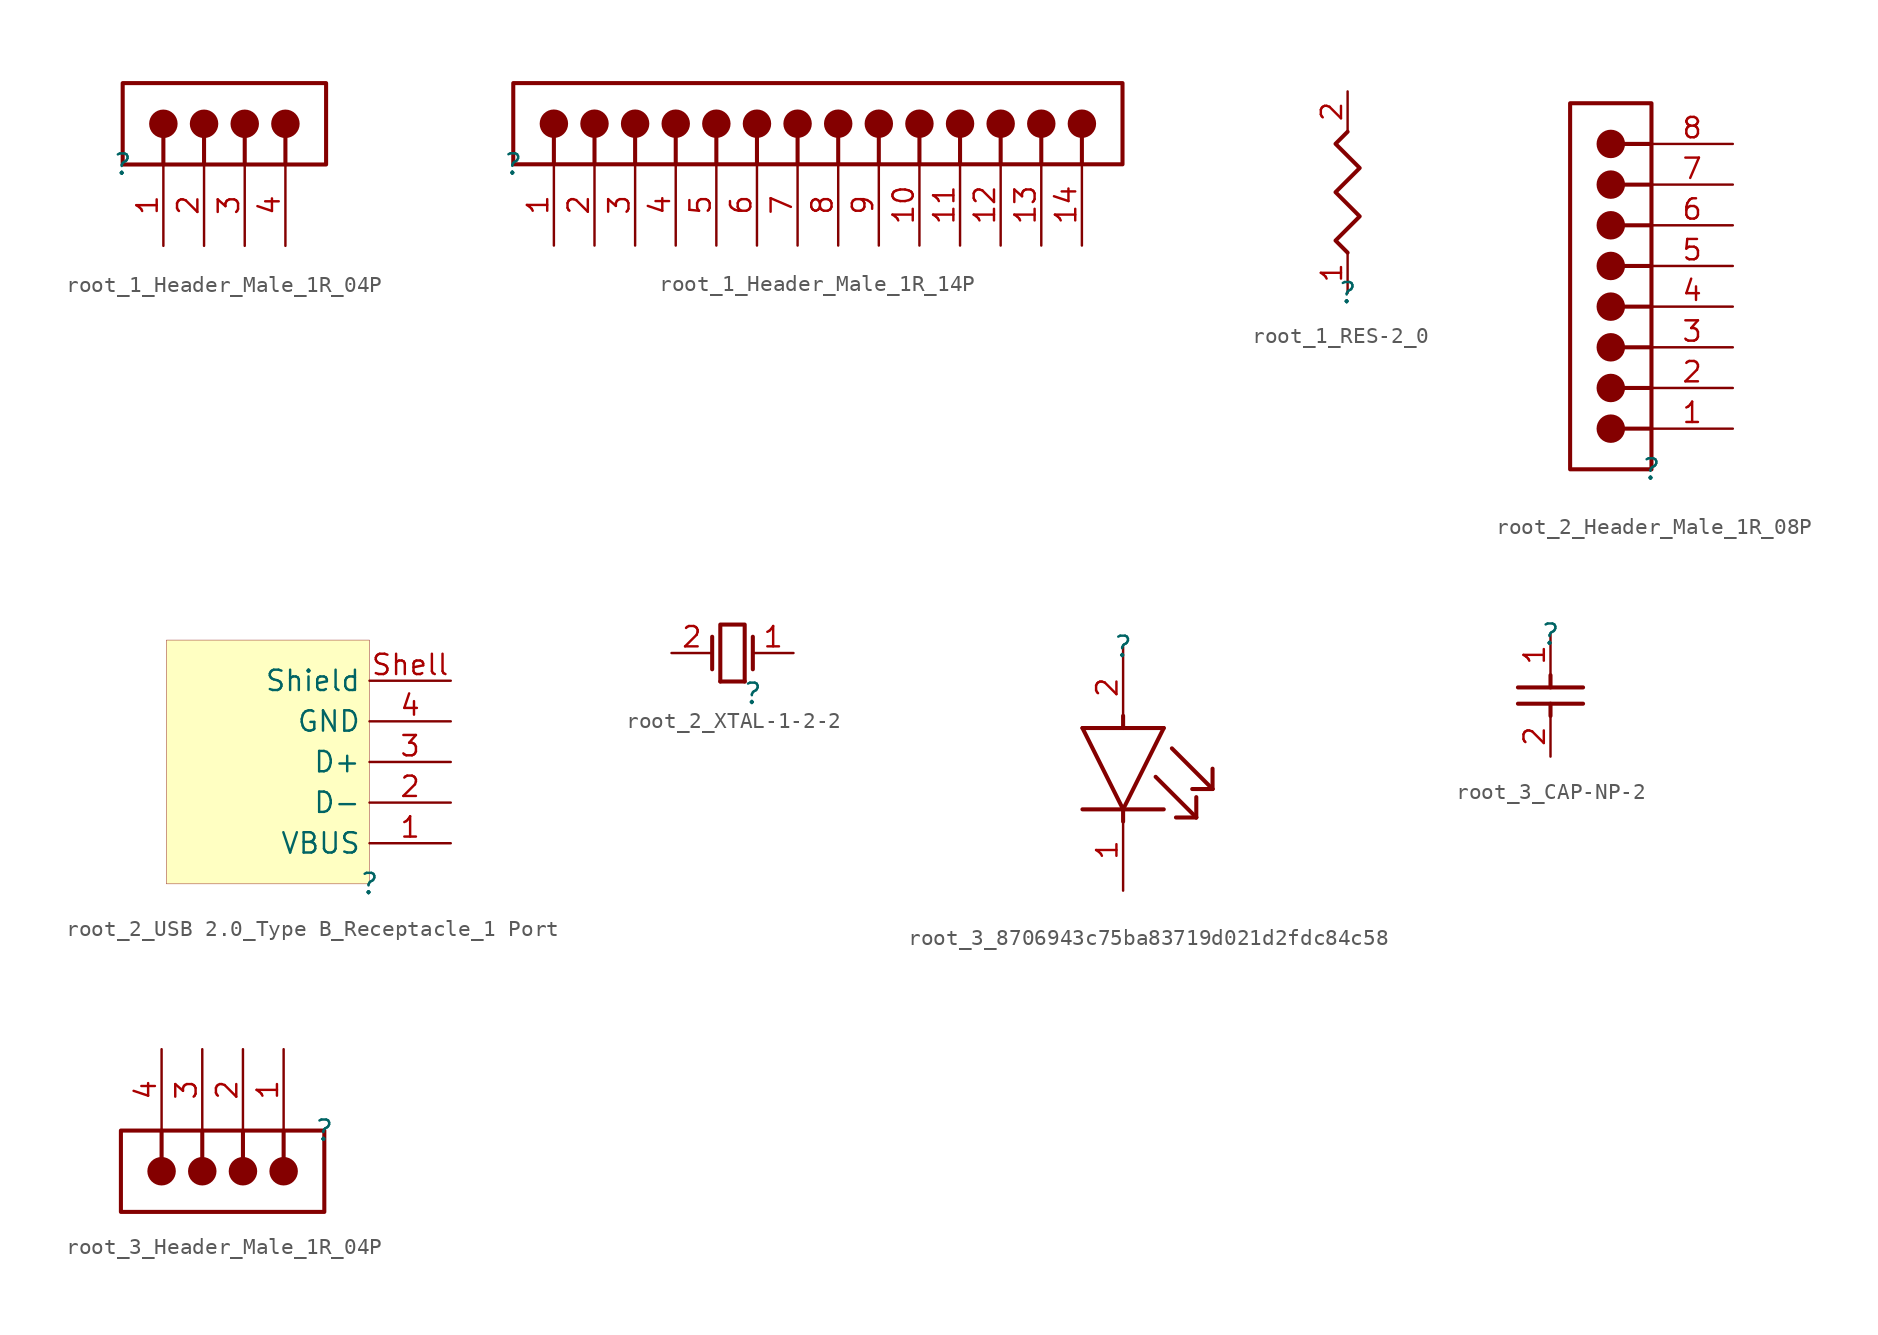
<source format=kicad_sym>
(kicad_symbol_lib
  (version 20231120)
  (generator "kicad_symbol_editor")
  (generator_version "8.0")
  (symbol "root_1_Header_Male_1R_04P"
    (property "Reference" ""
      (at 0 0 0)
      (effects (font (size 1.27 1.27))))
    (property "Value" ""
      (at 0 0 0)
      (effects (font (size 1.27 1.27))))
    (symbol "root_1_Header_Male_1R_04P_1_0"
      (polyline (pts (xy 2.54 0) (xy 2.54 1.778)) (stroke (width 0.254) (type solid)) (fill (type none)))
      (polyline (pts (xy 5.08 0) (xy 5.08 1.778)) (stroke (width 0.254) (type solid)) (fill (type none)))
      (polyline (pts (xy 7.62 0) (xy 7.62 1.778)) (stroke (width 0.254) (type solid)) (fill (type none)))
      (polyline (pts (xy 10.16 0) (xy 10.16 1.778)) (stroke (width 0.254) (type solid)) (fill (type none)))
      (polyline (pts (xy 0 5.08) (xy 0 0) (xy 12.7 0) (xy 12.7 5.08) (xy 0 5.08)) (stroke (width 0.254) (type solid)) (fill (type none)))
      (circle (center 2.54 2.54) (radius 0.762) (stroke (width 0.254) (type solid)) (fill (type outline)))
      (circle (center 5.08 2.54) (radius 0.762) (stroke (width 0.254) (type solid)) (fill (type outline)))
      (circle (center 7.62 2.54) (radius 0.762) (stroke (width 0.254) (type solid)) (fill (type outline)))
      (circle (center 10.16 2.54) (radius 0.762) (stroke (width 0.254) (type solid)) (fill (type outline)))
      (pin passive line (at 2.54 -5.08 90) (length 5.08) (name "1" (effects (font (size 0 0)))) (number "1" (effects (font (size 1.27 1.27)))))
      (pin passive line (at 5.08 -5.08 90) (length 5.08) (name "2" (effects (font (size 0 0)))) (number "2" (effects (font (size 1.27 1.27)))))
      (pin passive line (at 7.62 -5.08 90) (length 5.08) (name "3" (effects (font (size 0 0)))) (number "3" (effects (font (size 1.27 1.27)))))
      (pin passive line (at 10.16 -5.08 90) (length 5.08) (name "4" (effects (font (size 0 0)))) (number "4" (effects (font (size 1.27 1.27)))))))
  (symbol "root_1_Header_Male_1R_14P"
    (property "Reference" ""
      (at 0 0 0)
      (effects (font (size 1.27 1.27))))
    (property "Value" ""
      (at 0 0 0)
      (effects (font (size 1.27 1.27))))
    (symbol "root_1_Header_Male_1R_14P_1_0"
      (polyline (pts (xy 2.54 0) (xy 2.54 1.778)) (stroke (width 0.254) (type solid)) (fill (type none)))
      (polyline (pts (xy 5.08 0) (xy 5.08 1.778)) (stroke (width 0.254) (type solid)) (fill (type none)))
      (polyline (pts (xy 7.62 0) (xy 7.62 1.778)) (stroke (width 0.254) (type solid)) (fill (type none)))
      (polyline (pts (xy 10.16 0) (xy 10.16 1.778)) (stroke (width 0.254) (type solid)) (fill (type none)))
      (polyline (pts (xy 12.7 0) (xy 12.7 1.778)) (stroke (width 0.254) (type solid)) (fill (type none)))
      (polyline (pts (xy 15.24 0) (xy 15.24 1.778)) (stroke (width 0.254) (type solid)) (fill (type none)))
      (polyline (pts (xy 17.78 0) (xy 17.78 1.778)) (stroke (width 0.254) (type solid)) (fill (type none)))
      (polyline (pts (xy 20.32 0) (xy 20.32 1.778)) (stroke (width 0.254) (type solid)) (fill (type none)))
      (polyline (pts (xy 22.86 0) (xy 22.86 1.778)) (stroke (width 0.254) (type solid)) (fill (type none)))
      (polyline (pts (xy 25.4 0) (xy 25.4 1.778)) (stroke (width 0.254) (type solid)) (fill (type none)))
      (polyline (pts (xy 27.94 0) (xy 27.94 1.778)) (stroke (width 0.254) (type solid)) (fill (type none)))
      (polyline (pts (xy 30.48 0) (xy 30.48 1.778)) (stroke (width 0.254) (type solid)) (fill (type none)))
      (polyline (pts (xy 33.02 0) (xy 33.02 1.778)) (stroke (width 0.254) (type solid)) (fill (type none)))
      (polyline (pts (xy 35.56 0) (xy 35.56 1.778)) (stroke (width 0.254) (type solid)) (fill (type none)))
      (polyline (pts (xy 0 5.08) (xy 0 0) (xy 38.1 0) (xy 38.1 5.08) (xy 0 5.08)) (stroke (width 0.254) (type solid)) (fill (type none)))
      (circle (center 2.54 2.54) (radius 0.762) (stroke (width 0.254) (type solid)) (fill (type outline)))
      (circle (center 5.08 2.54) (radius 0.762) (stroke (width 0.254) (type solid)) (fill (type outline)))
      (circle (center 7.62 2.54) (radius 0.762) (stroke (width 0.254) (type solid)) (fill (type outline)))
      (circle (center 10.16 2.54) (radius 0.762) (stroke (width 0.254) (type solid)) (fill (type outline)))
      (circle (center 12.7 2.54) (radius 0.762) (stroke (width 0.254) (type solid)) (fill (type outline)))
      (circle (center 15.24 2.54) (radius 0.762) (stroke (width 0.254) (type solid)) (fill (type outline)))
      (circle (center 17.78 2.54) (radius 0.762) (stroke (width 0.254) (type solid)) (fill (type outline)))
      (circle (center 20.32 2.54) (radius 0.762) (stroke (width 0.254) (type solid)) (fill (type outline)))
      (circle (center 22.86 2.54) (radius 0.762) (stroke (width 0.254) (type solid)) (fill (type outline)))
      (circle (center 25.4 2.54) (radius 0.762) (stroke (width 0.254) (type solid)) (fill (type outline)))
      (circle (center 27.94 2.54) (radius 0.762) (stroke (width 0.254) (type solid)) (fill (type outline)))
      (circle (center 30.48 2.54) (radius 0.762) (stroke (width 0.254) (type solid)) (fill (type outline)))
      (circle (center 33.02 2.54) (radius 0.762) (stroke (width 0.254) (type solid)) (fill (type outline)))
      (circle (center 35.56 2.54) (radius 0.762) (stroke (width 0.254) (type solid)) (fill (type outline)))
      (pin passive line (at 2.54 -5.08 90) (length 5.08) (name "1" (effects (font (size 0 0)))) (number "1" (effects (font (size 1.27 1.27)))))
      (pin passive line (at 25.4 -5.08 90) (length 5.08) (name "10" (effects (font (size 0 0)))) (number "10" (effects (font (size 1.27 1.27)))))
      (pin passive line (at 27.94 -5.08 90) (length 5.08) (name "11" (effects (font (size 0 0)))) (number "11" (effects (font (size 1.27 1.27)))))
      (pin passive line (at 30.48 -5.08 90) (length 5.08) (name "12" (effects (font (size 0 0)))) (number "12" (effects (font (size 1.27 1.27)))))
      (pin passive line (at 33.02 -5.08 90) (length 5.08) (name "13" (effects (font (size 0 0)))) (number "13" (effects (font (size 1.27 1.27)))))
      (pin passive line (at 35.56 -5.08 90) (length 5.08) (name "14" (effects (font (size 0 0)))) (number "14" (effects (font (size 1.27 1.27)))))
      (pin passive line (at 5.08 -5.08 90) (length 5.08) (name "2" (effects (font (size 0 0)))) (number "2" (effects (font (size 1.27 1.27)))))
      (pin passive line (at 7.62 -5.08 90) (length 5.08) (name "3" (effects (font (size 0 0)))) (number "3" (effects (font (size 1.27 1.27)))))
      (pin passive line (at 10.16 -5.08 90) (length 5.08) (name "4" (effects (font (size 0 0)))) (number "4" (effects (font (size 1.27 1.27)))))
      (pin passive line (at 12.7 -5.08 90) (length 5.08) (name "5" (effects (font (size 0 0)))) (number "5" (effects (font (size 1.27 1.27)))))
      (pin passive line (at 15.24 -5.08 90) (length 5.08) (name "6" (effects (font (size 0 0)))) (number "6" (effects (font (size 1.27 1.27)))))
      (pin passive line (at 17.78 -5.08 90) (length 5.08) (name "7" (effects (font (size 0 0)))) (number "7" (effects (font (size 1.27 1.27)))))
      (pin passive line (at 20.32 -5.08 90) (length 5.08) (name "8" (effects (font (size 0 0)))) (number "8" (effects (font (size 1.27 1.27)))))
      (pin passive line (at 22.86 -5.08 90) (length 5.08) (name "9" (effects (font (size 0 0)))) (number "9" (effects (font (size 1.27 1.27)))))))
  (symbol "root_1_RES-2_0"
    (property "Reference" ""
      (at 0 0 0)
      (effects (font (size 1.27 1.27))))
    (property "Value" ""
      (at 0 0 0)
      (effects (font (size 1.27 1.27))))
    (symbol "root_1_RES-2_0_1_0"
      (polyline (pts (xy 0 10.16) (xy -0.762 9.398) (xy 0 8.636) (xy 0.762 7.874) (xy -0.762 6.35) (xy 0.762 4.826) (xy -0.762 3.302) (xy 0 2.54)) (stroke (width 0.254) (type solid)) (fill (type none)))
      (pin passive line (at 0 0 90) (length 2.54) (name "1" (effects (font (size 0 0)))) (number "1" (effects (font (size 1.27 1.27)))))
      (pin passive line (at 0 12.7 270) (length 2.54) (name "2" (effects (font (size 0 0)))) (number "2" (effects (font (size 1.27 1.27)))))))
  (symbol "root_2_Header_Male_1R_08P"
    (property "Reference" ""
      (at 0 0 0)
      (effects (font (size 1.27 1.27))))
    (property "Value" ""
      (at 0 0 0)
      (effects (font (size 1.27 1.27))))
    (symbol "root_2_Header_Male_1R_08P_1_0"
      (circle (center -2.54 2.54) (radius 0.762) (stroke (width 0.254) (type solid)) (fill (type outline)))
      (circle (center -2.54 5.08) (radius 0.762) (stroke (width 0.254) (type solid)) (fill (type outline)))
      (circle (center -2.54 7.62) (radius 0.762) (stroke (width 0.254) (type solid)) (fill (type outline)))
      (circle (center -2.54 10.16) (radius 0.762) (stroke (width 0.254) (type solid)) (fill (type outline)))
      (circle (center -2.54 12.7) (radius 0.762) (stroke (width 0.254) (type solid)) (fill (type outline)))
      (circle (center -2.54 15.24) (radius 0.762) (stroke (width 0.254) (type solid)) (fill (type outline)))
      (circle (center -2.54 17.78) (radius 0.762) (stroke (width 0.254) (type solid)) (fill (type outline)))
      (circle (center -2.54 20.32) (radius 0.762) (stroke (width 0.254) (type solid)) (fill (type outline)))
      (polyline (pts (xy 0 2.54) (xy -1.778 2.54)) (stroke (width 0.254) (type solid)) (fill (type none)))
      (polyline (pts (xy 0 5.08) (xy -1.778 5.08)) (stroke (width 0.254) (type solid)) (fill (type none)))
      (polyline (pts (xy 0 7.62) (xy -1.778 7.62)) (stroke (width 0.254) (type solid)) (fill (type none)))
      (polyline (pts (xy 0 10.16) (xy -1.778 10.16)) (stroke (width 0.254) (type solid)) (fill (type none)))
      (polyline (pts (xy 0 12.7) (xy -1.778 12.7)) (stroke (width 0.254) (type solid)) (fill (type none)))
      (polyline (pts (xy 0 15.24) (xy -1.778 15.24)) (stroke (width 0.254) (type solid)) (fill (type none)))
      (polyline (pts (xy 0 17.78) (xy -1.778 17.78)) (stroke (width 0.254) (type solid)) (fill (type none)))
      (polyline (pts (xy 0 20.32) (xy -1.778 20.32)) (stroke (width 0.254) (type solid)) (fill (type none)))
      (polyline (pts (xy -5.08 0) (xy 0 0) (xy 0 22.86) (xy -5.08 22.86) (xy -5.08 0)) (stroke (width 0.254) (type solid)) (fill (type none)))
      (pin passive line (at 5.08 2.54 180) (length 5.08) (name "1" (effects (font (size 0 0)))) (number "1" (effects (font (size 1.27 1.27)))))
      (pin passive line (at 5.08 5.08 180) (length 5.08) (name "2" (effects (font (size 0 0)))) (number "2" (effects (font (size 1.27 1.27)))))
      (pin passive line (at 5.08 7.62 180) (length 5.08) (name "3" (effects (font (size 0 0)))) (number "3" (effects (font (size 1.27 1.27)))))
      (pin passive line (at 5.08 10.16 180) (length 5.08) (name "4" (effects (font (size 0 0)))) (number "4" (effects (font (size 1.27 1.27)))))
      (pin passive line (at 5.08 12.7 180) (length 5.08) (name "5" (effects (font (size 0 0)))) (number "5" (effects (font (size 1.27 1.27)))))
      (pin passive line (at 5.08 15.24 180) (length 5.08) (name "6" (effects (font (size 0 0)))) (number "6" (effects (font (size 1.27 1.27)))))
      (pin passive line (at 5.08 17.78 180) (length 5.08) (name "7" (effects (font (size 0 0)))) (number "7" (effects (font (size 1.27 1.27)))))
      (pin passive line (at 5.08 20.32 180) (length 5.08) (name "8" (effects (font (size 0 0)))) (number "8" (effects (font (size 1.27 1.27)))))))
  (symbol "root_2_USB 2.0_Type B_Receptacle_1 Port"
    (property "Reference" ""
      (at 0 0 0)
      (effects (font (size 1.27 1.27))))
    (property "Value" ""
      (at 0 0 0)
      (effects (font (size 1.27 1.27))))
    (symbol "root_2_USB 2.0_Type B_Receptacle_1 Port_1_0"
      (rectangle (start 0 15.24) (end -12.7 0) (stroke (width 0.025) (type solid) (color 128 0 0 1)) (fill (type background)))
      (pin passive line (at 5.08 2.54 180) (length 5.08) (name "VBUS" (effects (font (size 1.27 1.27)))) (number "1" (effects (font (size 1.27 1.27)))))
      (pin passive line (at 5.08 5.08 180) (length 5.08) (name "D-" (effects (font (size 1.27 1.27)))) (number "2" (effects (font (size 1.27 1.27)))))
      (pin passive line (at 5.08 7.62 180) (length 5.08) (name "D+" (effects (font (size 1.27 1.27)))) (number "3" (effects (font (size 1.27 1.27)))))
      (pin passive line (at 5.08 10.16 180) (length 5.08) (name "GND" (effects (font (size 1.27 1.27)))) (number "4" (effects (font (size 1.27 1.27)))))
      (pin passive line (at 5.08 12.7 180) (length 5.08) (name "Shield" (effects (font (size 1.27 1.27)))) (number "Shell" (effects (font (size 1.27 1.27)))))))
  (symbol "root_2_XTAL-1-2-2"
    (property "Reference" ""
      (at 0 0 0)
      (effects (font (size 1.27 1.27))))
    (property "Value" ""
      (at 0 0 0)
      (effects (font (size 1.27 1.27))))
    (symbol "root_2_XTAL-1-2-2_1_0"
      (polyline (pts (xy -2.54 1.524) (xy -2.54 3.556)) (stroke (width 0.254) (type solid)) (fill (type none)))
      (polyline (pts (xy -0.508 0.762) (xy -2.032 0.762)) (stroke (width 0.254) (type solid)) (fill (type none)))
      (polyline (pts (xy 0 1.524) (xy 0 3.556)) (stroke (width 0.254) (type solid)) (fill (type none)))
      (polyline (pts (xy -2.032 0.762) (xy -2.032 4.318) (xy -0.508 4.318) (xy -0.508 0.762)) (stroke (width 0.254) (type solid)) (fill (type none)))
      (pin passive line (at 2.54 2.54 180) (length 2.54) (name "1" (effects (font (size 0 0)))) (number "1" (effects (font (size 1.27 1.27)))))
      (pin passive line (at -5.08 2.54 0) (length 2.54) (name "2" (effects (font (size 0 0)))) (number "2" (effects (font (size 1.27 1.27)))))))
  (symbol "root_3_8706943c75ba83719d021d2fdc84c58"
    (property "Reference" ""
      (at 0 0 0)
      (effects (font (size 1.27 1.27))))
    (property "Value" ""
      (at 0 0 0)
      (effects (font (size 1.27 1.27))))
    (symbol "root_3_8706943c75ba83719d021d2fdc84c58_1_0"
      (polyline (pts (xy -2.54 -5.08) (xy 0 -10.16)) (stroke (width 0.254) (type solid)) (fill (type none)))
      (polyline (pts (xy 0 -10.16) (xy 0 -10.922)) (stroke (width 0.254) (type solid)) (fill (type none)))
      (polyline (pts (xy 0 -5.08) (xy 0 -4.318)) (stroke (width 0.254) (type solid)) (fill (type none)))
      (polyline (pts (xy 2.032 -8.128) (xy 4.572 -10.668)) (stroke (width 0.254) (type solid)) (fill (type none)))
      (polyline (pts (xy 2.54 -10.16) (xy -2.54 -10.16)) (stroke (width 0.254) (type solid)) (fill (type none)))
      (polyline (pts (xy 2.54 -5.08) (xy -2.54 -5.08)) (stroke (width 0.254) (type solid)) (fill (type none)))
      (polyline (pts (xy 2.54 -5.08) (xy 0 -10.16)) (stroke (width 0.254) (type solid)) (fill (type none)))
      (polyline (pts (xy 3.048 -6.35) (xy 5.588 -8.89)) (stroke (width 0.254) (type solid)) (fill (type none)))
      (polyline (pts (xy 4.572 -10.668) (xy 3.302 -10.668)) (stroke (width 0.254) (type solid)) (fill (type none)))
      (polyline (pts (xy 4.572 -10.668) (xy 4.572 -9.398)) (stroke (width 0.254) (type solid)) (fill (type none)))
      (polyline (pts (xy 5.588 -8.89) (xy 4.318 -8.89)) (stroke (width 0.254) (type solid)) (fill (type none)))
      (polyline (pts (xy 5.588 -8.89) (xy 5.588 -7.62)) (stroke (width 0.254) (type solid)) (fill (type none)))
      (pin passive line (at 0 -15.24 90) (length 5.08) (name "C" (effects (font (size 0 0)))) (number "1" (effects (font (size 1.27 1.27)))))
      (pin passive line (at 0 0 270) (length 5.08) (name "A" (effects (font (size 0 0)))) (number "2" (effects (font (size 1.27 1.27)))))))
  (symbol "root_3_CAP-NP-2"
    (property "Reference" ""
      (at 0 0 0)
      (effects (font (size 1.27 1.27))))
    (property "Value" ""
      (at 0 0 0)
      (effects (font (size 1.27 1.27))))
    (symbol "root_3_CAP-NP-2_1_0"
      (polyline (pts (xy -2.032 -3.302) (xy 2.032 -3.302)) (stroke (width 0.254) (type solid)) (fill (type none)))
      (polyline (pts (xy 0 -5.08) (xy 0 -4.318)) (stroke (width 0.254) (type solid)) (fill (type none)))
      (polyline (pts (xy 0 -2.54) (xy 0 -3.302)) (stroke (width 0.254) (type solid)) (fill (type none)))
      (polyline (pts (xy 2.032 -4.318) (xy -2.032 -4.318)) (stroke (width 0.254) (type solid)) (fill (type none)))
      (pin passive line (at 0 0 270) (length 2.54) (name "1" (effects (font (size 0 0)))) (number "1" (effects (font (size 1.27 1.27)))))
      (pin passive line (at 0 -7.62 90) (length 2.54) (name "2" (effects (font (size 0 0)))) (number "2" (effects (font (size 1.27 1.27)))))))
  (symbol "root_3_Header_Male_1R_04P"
    (property "Reference" ""
      (at 0 0 0)
      (effects (font (size 1.27 1.27))))
    (property "Value" ""
      (at 0 0 0)
      (effects (font (size 1.27 1.27))))
    (symbol "root_3_Header_Male_1R_04P_1_0"
      (circle (center -10.16 -2.54) (radius 0.762) (stroke (width 0.254) (type solid)) (fill (type outline)))
      (circle (center -7.62 -2.54) (radius 0.762) (stroke (width 0.254) (type solid)) (fill (type outline)))
      (circle (center -5.08 -2.54) (radius 0.762) (stroke (width 0.254) (type solid)) (fill (type outline)))
      (circle (center -2.54 -2.54) (radius 0.762) (stroke (width 0.254) (type solid)) (fill (type outline)))
      (polyline (pts (xy -10.16 0) (xy -10.16 -1.778)) (stroke (width 0.254) (type solid)) (fill (type none)))
      (polyline (pts (xy -7.62 0) (xy -7.62 -1.778)) (stroke (width 0.254) (type solid)) (fill (type none)))
      (polyline (pts (xy -5.08 0) (xy -5.08 -1.778)) (stroke (width 0.254) (type solid)) (fill (type none)))
      (polyline (pts (xy -2.54 0) (xy -2.54 -1.778)) (stroke (width 0.254) (type solid)) (fill (type none)))
      (polyline (pts (xy 0 -5.08) (xy 0 0) (xy -12.7 0) (xy -12.7 -5.08) (xy 0 -5.08)) (stroke (width 0.254) (type solid)) (fill (type none)))
      (pin passive line (at -2.54 5.08 270) (length 5.08) (name "1" (effects (font (size 0 0)))) (number "1" (effects (font (size 1.27 1.27)))))
      (pin passive line (at -5.08 5.08 270) (length 5.08) (name "2" (effects (font (size 0 0)))) (number "2" (effects (font (size 1.27 1.27)))))
      (pin passive line (at -7.62 5.08 270) (length 5.08) (name "3" (effects (font (size 0 0)))) (number "3" (effects (font (size 1.27 1.27)))))
      (pin passive line (at -10.16 5.08 270) (length 5.08) (name "4" (effects (font (size 0 0)))) (number "4" (effects (font (size 1.27 1.27))))))))
</source>
